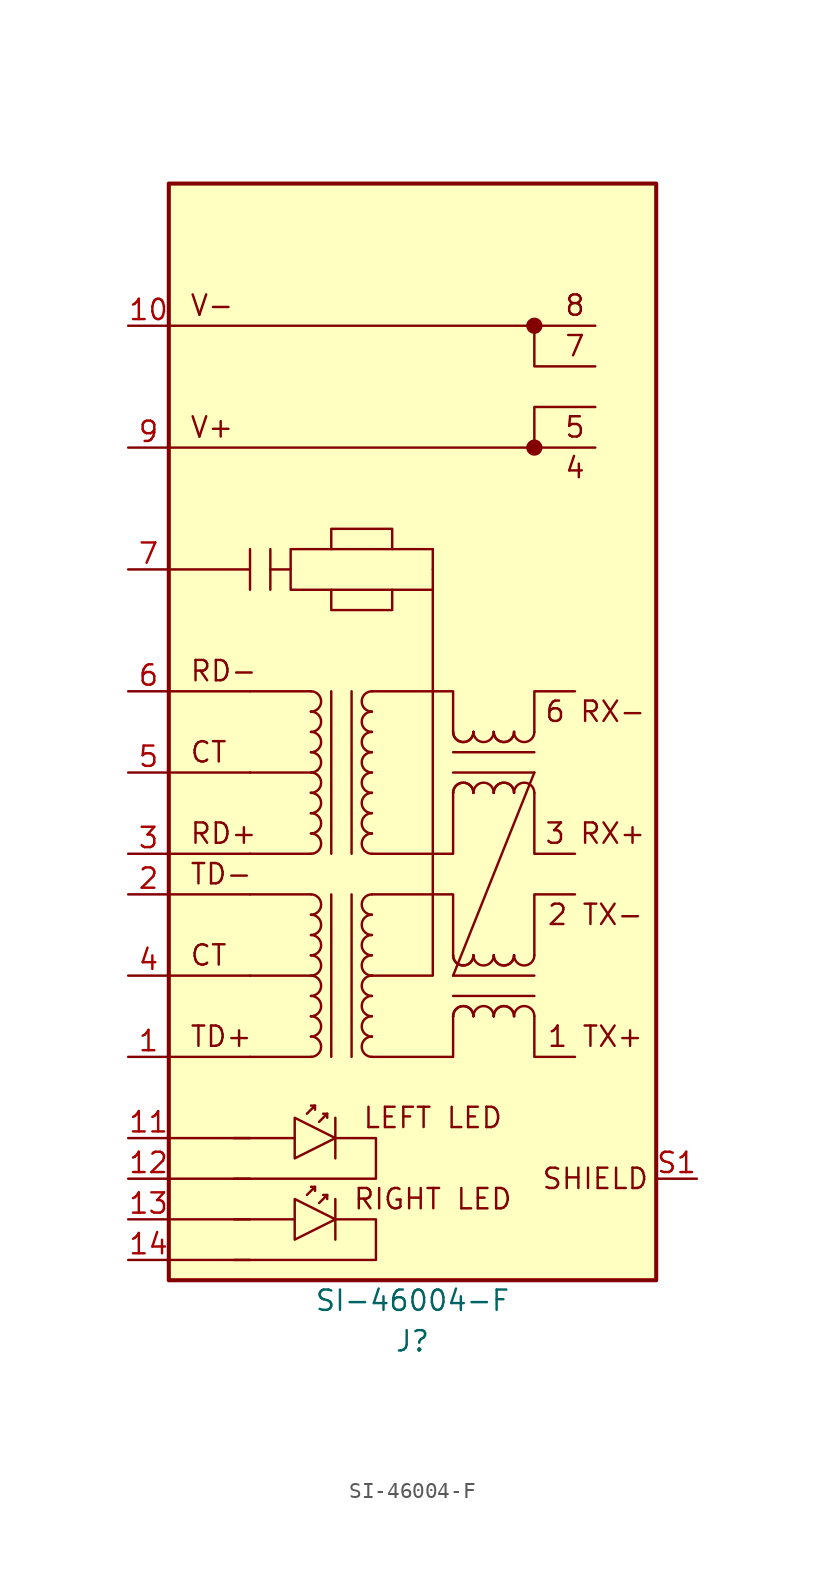
<source format=kicad_sym>
(kicad_symbol_lib
  (version 20211014)
  (generator kicad_symbol_editor)
  (symbol "SI-46004-F"
    (pin_names
      (offset 1.016) hide)
    (property "Reference" "J"
      (at 0 -38.1 0)
      (effects (font (size 1.27 1.27))))
    (property "Value" "SI-46004-F"
      (at 0 -35.56 0)
      (effects (font (size 1.27 1.27))))
    (symbol "SI-46004-F_0_0"
      (rectangle (start -15.24 -34.29) (end 15.24 34.29) (stroke (width 0.254) (type default) (color 0 0 0 0)) (fill (type background)))
      (rectangle (start -5.08 8.89) (end -1.27 7.62) (stroke (width 0) (type default) (color 0 0 0 0)) (fill (type none)))
      (polyline (pts (xy -15.24 -33.02) (xy -10.16 -33.02)) (stroke (width 0) (type default) (color 0 0 0 0)) (fill (type none)))
      (polyline (pts (xy -15.24 -30.48) (xy -10.16 -30.48)) (stroke (width 0) (type default) (color 0 0 0 0)) (fill (type none)))
      (polyline (pts (xy -15.24 -27.94) (xy -10.16 -27.94)) (stroke (width 0) (type default) (color 0 0 0 0)) (fill (type none)))
      (polyline (pts (xy -15.24 -25.4) (xy -10.16 -25.4)) (stroke (width 0) (type default) (color 0 0 0 0)) (fill (type none)))
      (polyline (pts (xy -15.24 -20.32) (xy -10.16 -20.32)) (stroke (width 0) (type default) (color 0 0 0 0)) (fill (type none)))
      (polyline (pts (xy -15.24 -15.24) (xy -10.16 -15.24)) (stroke (width 0) (type default) (color 0 0 0 0)) (fill (type none)))
      (polyline (pts (xy -15.24 -10.16) (xy -10.16 -10.16)) (stroke (width 0) (type default) (color 0 0 0 0)) (fill (type none)))
      (polyline (pts (xy -15.24 -7.62) (xy -10.16 -7.62)) (stroke (width 0) (type default) (color 0 0 0 0)) (fill (type none)))
      (polyline (pts (xy -15.24 -2.54) (xy -10.16 -2.54)) (stroke (width 0) (type default) (color 0 0 0 0)) (fill (type none)))
      (polyline (pts (xy -15.24 2.54) (xy -10.16 2.54)) (stroke (width 0) (type default) (color 0 0 0 0)) (fill (type none)))
      (polyline (pts (xy -15.24 17.78) (xy 11.43 17.78)) (stroke (width 0) (type default) (color 0 0 0 0)) (fill (type none)))
      (polyline (pts (xy -15.24 25.4) (xy 11.43 25.4)) (stroke (width 0) (type default) (color 0 0 0 0)) (fill (type none)))
      (polyline (pts (xy -11.176 -25.4) (xy -7.366 -25.4)) (stroke (width 0) (type default) (color 0 0 0 0)) (fill (type none)))
      (polyline (pts (xy 1.27 10.16) (xy 1.27 11.43)) (stroke (width 0) (type default) (color 0 0 0 0)) (fill (type none)))
      (polyline (pts (xy 7.62 17.78) (xy 7.62 20.32) (xy 11.43 20.32)) (stroke (width 0) (type default) (color 0 0 0 0)) (fill (type none)))
      (polyline (pts (xy 7.62 25.4) (xy 7.62 22.86) (xy 11.43 22.86)) (stroke (width 0) (type default) (color 0 0 0 0)) (fill (type none)))
      (polyline (pts (xy -4.826 -25.4) (xy -2.286 -25.4) (xy -2.286 -27.94) (xy -11.176 -27.94)) (stroke (width 0) (type default) (color 0 0 0 0)) (fill (type none)))
      (polyline (pts (xy -2.54 -15.24) (xy -1.27 -15.24) (xy 1.27 -15.24) (xy 1.27 10.16)) (stroke (width 0) (type default) (color 0 0 0 0)) (fill (type none)))
      (text "1 TX+" (at 11.43 -19.05 0) (effects (font (size 1.27 1.27))))
      (text "2 TX-" (at 11.43 -11.43 0) (effects (font (size 1.27 1.27))))
      (text "3 RX+" (at 11.43 -6.35 0) (effects (font (size 1.27 1.27))))
      (text "4" (at 10.16 16.51 0) (effects (font (size 1.27 1.27))))
      (text "5" (at 10.16 19.05 0) (effects (font (size 1.27 1.27))))
      (text "6 RX-" (at 11.43 1.27 0) (effects (font (size 1.27 1.27))))
      (text "7" (at 10.16 24.13 0) (effects (font (size 1.27 1.27))))
      (text "8" (at 10.16 26.67 0) (effects (font (size 1.27 1.27))))
      (text "CT" (at -13.97 -1.27 0) (effects (font (size 1.27 1.27)) (justify left)))
      (text "LEFT LED" (at 1.27 -24.13 0) (effects (font (size 1.27 1.27))))
      (text "RD-" (at -13.97 3.81 0) (effects (font (size 1.27 1.27)) (justify left)))
      (text "SHIELD" (at 11.43 -27.94 0) (effects (font (size 1.27 1.27))))
      (text "V+" (at -13.97 19.05 0) (effects (font (size 1.27 1.27)) (justify left)))
      (text "V-" (at -13.97 26.67 0) (effects (font (size 1.27 1.27)) (justify left))))
    (symbol "SI-46004-F_0_1"
      (arc (start -6.35 -16.51) (mid -5.715 -15.875) (end -6.35 -15.24) (stroke (width 0) (type default) (color 0 0 0 0)) (fill (type none)))
      (arc (start -6.35 -15.24) (mid -5.715 -14.605) (end -6.35 -13.97) (stroke (width 0) (type default) (color 0 0 0 0)) (fill (type none)))
      (arc (start -6.35 -13.97) (mid -6.35 -16.51) (end -6.35 -13.97) (stroke (width 0) (type default) (color 0 0 0 0)) (fill (type none)))
      (arc (start -6.35 -11.43) (mid -5.715 -10.795) (end -6.35 -10.16) (stroke (width 0) (type default) (color 0 0 0 0)) (fill (type none)))
      (polyline (pts (xy -8.89 11.43) (xy -8.89 8.89)) (stroke (width 0) (type default) (color 0 0 0 0)) (fill (type none)))
      (polyline (pts (xy -6.35 -20.32) (xy -10.16 -20.32)) (stroke (width 0) (type default) (color 0 0 0 0)) (fill (type none)))
      (polyline (pts (xy -6.35 -15.24) (xy -10.16 -15.24)) (stroke (width 0) (type default) (color 0 0 0 0)) (fill (type none)))
      (polyline (pts (xy -6.35 -10.16) (xy -10.16 -10.16)) (stroke (width 0) (type default) (color 0 0 0 0)) (fill (type none)))
      (polyline (pts (xy -6.35 -7.62) (xy -10.16 -7.62)) (stroke (width 0) (type default) (color 0 0 0 0)) (fill (type none)))
      (polyline (pts (xy -6.35 -2.54) (xy -10.16 -2.54)) (stroke (width 0) (type default) (color 0 0 0 0)) (fill (type none)))
      (polyline (pts (xy -6.35 2.54) (xy -10.16 2.54)) (stroke (width 0) (type default) (color 0 0 0 0)) (fill (type none)))
      (polyline (pts (xy -6.096 -28.448) (xy -6.35 -28.448)) (stroke (width 0) (type default) (color 0 0 0 0)) (fill (type none)))
      (polyline (pts (xy -5.334 -28.956) (xy -5.588 -28.956)) (stroke (width 0) (type default) (color 0 0 0 0)) (fill (type none)))
      (polyline (pts (xy -4.826 -24.13) (xy -4.826 -26.67)) (stroke (width 0) (type default) (color 0 0 0 0)) (fill (type none)))
      (polyline (pts (xy -1.27 8.89) (xy 1.27 8.89)) (stroke (width 0) (type default) (color 0 0 0 0)) (fill (type none)))
      (polyline (pts (xy -1.27 11.43) (xy 1.27 11.43)) (stroke (width 0) (type default) (color 0 0 0 0)) (fill (type none)))
      (polyline (pts (xy -7.62 10.16) (xy -7.62 8.89) (xy -5.08 8.89)) (stroke (width 0) (type default) (color 0 0 0 0)) (fill (type none)))
      (polyline (pts (xy -6.604 -28.956) (xy -6.096 -28.448) (xy -6.096 -28.702)) (stroke (width 0) (type default) (color 0 0 0 0)) (fill (type none)))
      (polyline (pts (xy -5.842 -29.464) (xy -5.334 -28.956) (xy -5.334 -29.21)) (stroke (width 0) (type default) (color 0 0 0 0)) (fill (type none)))
      (polyline (pts (xy -15.24 10.16) (xy -10.16 10.16) (xy -10.16 11.43) (xy -10.16 8.89)) (stroke (width 0) (type default) (color 0 0 0 0)) (fill (type none)))
      (polyline (pts (xy -7.366 -24.13) (xy -7.366 -26.67) (xy -4.826 -25.4) (xy -7.366 -24.13)) (stroke (width 0) (type default) (color 0 0 0 0)) (fill (type none)))
      (polyline (pts (xy -5.08 11.43) (xy -7.62 11.43) (xy -7.62 10.16) (xy -8.89 10.16)) (stroke (width 0) (type default) (color 0 0 0 0)) (fill (type none))))
    (symbol "SI-46004-F_1_1"
      (arc (start -6.35 -20.32) (mid -5.715 -19.685) (end -6.35 -19.05) (stroke (width 0) (type default) (color 0 0 0 0)) (fill (type none)))
      (arc (start -6.35 -19.05) (mid -5.715 -18.415) (end -6.35 -17.78) (stroke (width 0) (type default) (color 0 0 0 0)) (fill (type none)))
      (arc (start -6.35 -17.78) (mid -6.35 -20.32) (end -6.35 -17.78) (stroke (width 0) (type default) (color 0 0 0 0)) (fill (type none)))
      (arc (start -6.35 -17.78) (mid -5.715 -17.145) (end -6.35 -16.51) (stroke (width 0) (type default) (color 0 0 0 0)) (fill (type none)))
      (arc (start -6.35 -13.97) (mid -5.715 -13.335) (end -6.35 -12.7) (stroke (width 0) (type default) (color 0 0 0 0)) (fill (type none)))
      (arc (start -6.35 -12.7) (mid -5.715 -12.065) (end -6.35 -11.43) (stroke (width 0) (type default) (color 0 0 0 0)) (fill (type none)))
      (arc (start -6.35 -7.62) (mid -5.715 -6.985) (end -6.35 -6.35) (stroke (width 0) (type default) (color 0 0 0 0)) (fill (type none)))
      (arc (start -6.35 -6.35) (mid -5.715 -5.715) (end -6.35 -5.08) (stroke (width 0) (type default) (color 0 0 0 0)) (fill (type none)))
      (arc (start -6.35 -5.08) (mid -6.35 -7.62) (end -6.35 -5.08) (stroke (width 0) (type default) (color 0 0 0 0)) (fill (type none)))
      (arc (start -6.35 -5.08) (mid -5.715 -4.445) (end -6.35 -3.81) (stroke (width 0) (type default) (color 0 0 0 0)) (fill (type none)))
      (arc (start -6.35 -3.81) (mid -6.35 -6.35) (end -6.35 -3.81) (stroke (width 0) (type default) (color 0 0 0 0)) (fill (type none)))
      (arc (start -6.35 -3.81) (mid -5.715 -3.175) (end -6.35 -2.54) (stroke (width 0) (type default) (color 0 0 0 0)) (fill (type none)))
      (arc (start -6.35 -2.54) (mid -5.715 -1.905) (end -6.35 -1.27) (stroke (width 0) (type default) (color 0 0 0 0)) (fill (type none)))
      (arc (start -6.35 -1.27) (mid -5.715 -0.635) (end -6.35 0) (stroke (width 0) (type default) (color 0 0 0 0)) (fill (type none)))
      (arc (start -6.35 0) (mid -5.715 0.635) (end -6.35 1.27) (stroke (width 0) (type default) (color 0 0 0 0)) (fill (type none)))
      (arc (start -6.35 1.27) (mid -6.35 -1.27) (end -6.35 1.27) (stroke (width 0) (type default) (color 0 0 0 0)) (fill (type none)))
      (arc (start -6.35 1.27) (mid -5.715 1.905) (end -6.35 2.54) (stroke (width 0) (type default) (color 0 0 0 0)) (fill (type none)))
      (rectangle (start -5.08 12.7) (end -1.27 11.43) (stroke (width 0) (type default) (color 0 0 0 0)) (fill (type none)))
      (arc (start -2.54 -19.05) (mid -3.175 -19.685) (end -2.54 -20.32) (stroke (width 0) (type default) (color 0 0 0 0)) (fill (type none)))
      (arc (start -2.54 -19.05) (mid -2.54 -16.51) (end -2.54 -19.05) (stroke (width 0) (type default) (color 0 0 0 0)) (fill (type none)))
      (arc (start -2.54 -17.78) (mid -3.175 -18.415) (end -2.54 -19.05) (stroke (width 0) (type default) (color 0 0 0 0)) (fill (type none)))
      (arc (start -2.54 -16.51) (mid -3.175 -17.145) (end -2.54 -17.78) (stroke (width 0) (type default) (color 0 0 0 0)) (fill (type none)))
      (arc (start -2.54 -15.24) (mid -3.175 -15.875) (end -2.54 -16.51) (stroke (width 0) (type default) (color 0 0 0 0)) (fill (type none)))
      (arc (start -2.54 -15.24) (mid -2.54 -12.7) (end -2.54 -15.24) (stroke (width 0) (type default) (color 0 0 0 0)) (fill (type none)))
      (arc (start -2.54 -13.97) (mid -3.175 -14.605) (end -2.54 -15.24) (stroke (width 0) (type default) (color 0 0 0 0)) (fill (type none)))
      (arc (start -2.54 -12.7) (mid -3.175 -13.335) (end -2.54 -13.97) (stroke (width 0) (type default) (color 0 0 0 0)) (fill (type none)))
      (arc (start -2.54 -11.43) (mid -3.175 -12.065) (end -2.54 -12.7) (stroke (width 0) (type default) (color 0 0 0 0)) (fill (type none)))
      (arc (start -2.54 -10.16) (mid -3.175 -10.795) (end -2.54 -11.43) (stroke (width 0) (type default) (color 0 0 0 0)) (fill (type none)))
      (arc (start -2.54 -6.35) (mid -3.175 -6.985) (end -2.54 -7.62) (stroke (width 0) (type default) (color 0 0 0 0)) (fill (type none)))
      (arc (start -2.54 -6.35) (mid -2.54 -3.81) (end -2.54 -6.35) (stroke (width 0) (type default) (color 0 0 0 0)) (fill (type none)))
      (arc (start -2.54 -5.08) (mid -3.175 -5.715) (end -2.54 -6.35) (stroke (width 0) (type default) (color 0 0 0 0)) (fill (type none)))
      (arc (start -2.54 -3.81) (mid -3.175 -4.445) (end -2.54 -5.08) (stroke (width 0) (type default) (color 0 0 0 0)) (fill (type none)))
      (arc (start -2.54 -3.81) (mid -2.54 -1.27) (end -2.54 -3.81) (stroke (width 0) (type default) (color 0 0 0 0)) (fill (type none)))
      (arc (start -2.54 -2.54) (mid -3.175 -3.175) (end -2.54 -3.81) (stroke (width 0) (type default) (color 0 0 0 0)) (fill (type none)))
      (arc (start -2.54 -1.27) (mid -3.175 -1.905) (end -2.54 -2.54) (stroke (width 0) (type default) (color 0 0 0 0)) (fill (type none)))
      (arc (start -2.54 0) (mid -3.175 -0.635) (end -2.54 -1.27) (stroke (width 0) (type default) (color 0 0 0 0)) (fill (type none)))
      (arc (start -2.54 0) (mid -2.54 2.54) (end -2.54 0) (stroke (width 0) (type default) (color 0 0 0 0)) (fill (type none)))
      (arc (start -2.54 1.27) (mid -3.175 0.635) (end -2.54 0) (stroke (width 0) (type default) (color 0 0 0 0)) (fill (type none)))
      (arc (start -2.54 2.54) (mid -3.175 1.905) (end -2.54 1.27) (stroke (width 0) (type default) (color 0 0 0 0)) (fill (type none)))
      (polyline (pts (xy -11.176 -30.48) (xy -7.366 -30.48)) (stroke (width 0) (type default) (color 0 0 0 0)) (fill (type none)))
      (polyline (pts (xy -6.096 -23.368) (xy -6.35 -23.368)) (stroke (width 0) (type default) (color 0 0 0 0)) (fill (type none)))
      (polyline (pts (xy -5.334 -23.876) (xy -5.588 -23.876)) (stroke (width 0) (type default) (color 0 0 0 0)) (fill (type none)))
      (polyline (pts (xy -5.08 -10.16) (xy -5.08 -20.32)) (stroke (width 0) (type default) (color 0 0 0 0)) (fill (type none)))
      (polyline (pts (xy -5.08 2.54) (xy -5.08 -7.62)) (stroke (width 0) (type default) (color 0 0 0 0)) (fill (type none)))
      (polyline (pts (xy -4.826 -29.21) (xy -4.826 -31.75)) (stroke (width 0) (type default) (color 0 0 0 0)) (fill (type none)))
      (polyline (pts (xy -3.81 -20.32) (xy -3.81 -10.16)) (stroke (width 0) (type default) (color 0 0 0 0)) (fill (type none)))
      (polyline (pts (xy -3.81 -7.62) (xy -3.81 2.54)) (stroke (width 0) (type default) (color 0 0 0 0)) (fill (type none)))
      (polyline (pts (xy 2.54 -16.51) (xy 7.62 -16.51)) (stroke (width 0) (type default) (color 0 0 0 0)) (fill (type none)))
      (polyline (pts (xy 2.54 -15.24) (xy 7.62 -2.54)) (stroke (width 0) (type default) (color 0 0 0 0)) (fill (type none)))
      (polyline (pts (xy 2.54 -2.54) (xy 7.62 -2.54)) (stroke (width 0) (type default) (color 0 0 0 0)) (fill (type none)))
      (polyline (pts (xy 7.62 -15.24) (xy 2.54 -15.24)) (stroke (width 0) (type default) (color 0 0 0 0)) (fill (type none)))
      (polyline (pts (xy 7.62 -1.27) (xy 2.54 -1.27)) (stroke (width 0) (type default) (color 0 0 0 0)) (fill (type none)))
      (polyline (pts (xy -6.604 -23.876) (xy -6.096 -23.368) (xy -6.096 -23.622)) (stroke (width 0) (type default) (color 0 0 0 0)) (fill (type none)))
      (polyline (pts (xy -5.842 -24.384) (xy -5.334 -23.876) (xy -5.334 -24.13)) (stroke (width 0) (type default) (color 0 0 0 0)) (fill (type none)))
      (polyline (pts (xy -2.54 -10.16) (xy 2.54 -10.16) (xy 2.54 -13.97)) (stroke (width 0) (type default) (color 0 0 0 0)) (fill (type none)))
      (polyline (pts (xy -2.54 -7.62) (xy 2.54 -7.62) (xy 2.54 -3.81)) (stroke (width 0) (type default) (color 0 0 0 0)) (fill (type none)))
      (polyline (pts (xy -2.54 2.54) (xy 2.54 2.54) (xy 2.54 0)) (stroke (width 0) (type default) (color 0 0 0 0)) (fill (type none)))
      (polyline (pts (xy 2.54 -17.78) (xy 2.54 -20.32) (xy -2.54 -20.32)) (stroke (width 0) (type default) (color 0 0 0 0)) (fill (type none)))
      (polyline (pts (xy 7.62 -17.78) (xy 7.62 -20.32) (xy 10.16 -20.32)) (stroke (width 0) (type default) (color 0 0 0 0)) (fill (type none)))
      (polyline (pts (xy 7.62 -13.97) (xy 7.62 -10.16) (xy 10.16 -10.16)) (stroke (width 0) (type default) (color 0 0 0 0)) (fill (type none)))
      (polyline (pts (xy 7.62 -3.81) (xy 7.62 -7.62) (xy 10.16 -7.62)) (stroke (width 0) (type default) (color 0 0 0 0)) (fill (type none)))
      (polyline (pts (xy 7.62 0) (xy 7.62 2.54) (xy 10.16 2.54)) (stroke (width 0) (type default) (color 0 0 0 0)) (fill (type none)))
      (polyline (pts (xy -7.366 -29.21) (xy -7.366 -31.75) (xy -4.826 -30.48) (xy -7.366 -29.21)) (stroke (width 0) (type default) (color 0 0 0 0)) (fill (type none)))
      (polyline (pts (xy -4.826 -30.48) (xy -2.286 -30.48) (xy -2.286 -33.02) (xy -11.176 -33.02)) (stroke (width 0) (type default) (color 0 0 0 0)) (fill (type none)))
      (arc (start 2.54 -17.78) (mid 5.08 -17.78) (end 2.54 -17.78) (stroke (width 0) (type default) (color 0 0 0 0)) (fill (type none)))
      (arc (start 2.54 -13.97) (mid 3.175 -14.605) (end 3.81 -13.97) (stroke (width 0) (type default) (color 0 0 0 0)) (fill (type none)))
      (arc (start 2.54 -13.97) (mid 3.175 -14.605) (end 3.81 -13.97) (stroke (width 0) (type default) (color 0 0 0 0)) (fill (type none)))
      (arc (start 2.54 -3.81) (mid 5.08 -3.81) (end 2.54 -3.81) (stroke (width 0) (type default) (color 0 0 0 0)) (fill (type none)))
      (arc (start 2.54 0) (mid 3.175 -0.635) (end 3.81 0) (stroke (width 0) (type default) (color 0 0 0 0)) (fill (type none)))
      (arc (start 2.54 0) (mid 3.175 -0.635) (end 3.81 0) (stroke (width 0) (type default) (color 0 0 0 0)) (fill (type none)))
      (arc (start 3.81 -17.78) (mid 3.175 -17.145) (end 2.54 -17.78) (stroke (width 0) (type default) (color 0 0 0 0)) (fill (type none)))
      (arc (start 3.81 -17.78) (mid 3.175 -17.145) (end 2.54 -17.78) (stroke (width 0) (type default) (color 0 0 0 0)) (fill (type none)))
      (arc (start 3.81 -13.97) (mid 1.27 -13.97) (end 3.81 -13.97) (stroke (width 0) (type default) (color 0 0 0 0)) (fill (type none)))
      (arc (start 3.81 -13.97) (mid 4.445 -14.605) (end 5.08 -13.97) (stroke (width 0) (type default) (color 0 0 0 0)) (fill (type none)))
      (arc (start 3.81 -3.81) (mid 3.175 -3.175) (end 2.54 -3.81) (stroke (width 0) (type default) (color 0 0 0 0)) (fill (type none)))
      (arc (start 3.81 -3.81) (mid 3.175 -3.175) (end 2.54 -3.81) (stroke (width 0) (type default) (color 0 0 0 0)) (fill (type none)))
      (arc (start 3.81 0) (mid 1.27 0) (end 3.81 0) (stroke (width 0) (type default) (color 0 0 0 0)) (fill (type none)))
      (arc (start 3.81 0) (mid 4.445 -0.635) (end 5.08 0) (stroke (width 0) (type default) (color 0 0 0 0)) (fill (type none)))
      (arc (start 5.08 -17.78) (mid 4.445 -17.145) (end 3.81 -17.78) (stroke (width 0) (type default) (color 0 0 0 0)) (fill (type none)))
      (arc (start 5.08 -17.78) (mid 7.62 -17.78) (end 5.08 -17.78) (stroke (width 0) (type default) (color 0 0 0 0)) (fill (type none)))
      (arc (start 5.08 -13.97) (mid 5.715 -14.605) (end 6.35 -13.97) (stroke (width 0) (type default) (color 0 0 0 0)) (fill (type none)))
      (arc (start 5.08 -13.97) (mid 5.715 -14.605) (end 6.35 -13.97) (stroke (width 0) (type default) (color 0 0 0 0)) (fill (type none)))
      (arc (start 5.08 -3.81) (mid 4.445 -3.175) (end 3.81 -3.81) (stroke (width 0) (type default) (color 0 0 0 0)) (fill (type none)))
      (arc (start 5.08 -3.81) (mid 7.62 -3.81) (end 5.08 -3.81) (stroke (width 0) (type default) (color 0 0 0 0)) (fill (type none)))
      (arc (start 5.08 0) (mid 5.715 -0.635) (end 6.35 0) (stroke (width 0) (type default) (color 0 0 0 0)) (fill (type none)))
      (arc (start 5.08 0) (mid 5.715 -0.635) (end 6.35 0) (stroke (width 0) (type default) (color 0 0 0 0)) (fill (type none)))
      (arc (start 6.35 -17.78) (mid 5.715 -17.145) (end 5.08 -17.78) (stroke (width 0) (type default) (color 0 0 0 0)) (fill (type none)))
      (arc (start 6.35 -17.78) (mid 5.715 -17.145) (end 5.08 -17.78) (stroke (width 0) (type default) (color 0 0 0 0)) (fill (type none)))
      (arc (start 6.35 -13.97) (mid 3.81 -13.97) (end 6.35 -13.97) (stroke (width 0) (type default) (color 0 0 0 0)) (fill (type none)))
      (arc (start 6.35 -13.97) (mid 6.985 -14.605) (end 7.62 -13.97) (stroke (width 0) (type default) (color 0 0 0 0)) (fill (type none)))
      (arc (start 6.35 -3.81) (mid 5.715 -3.175) (end 5.08 -3.81) (stroke (width 0) (type default) (color 0 0 0 0)) (fill (type none)))
      (arc (start 6.35 -3.81) (mid 5.715 -3.175) (end 5.08 -3.81) (stroke (width 0) (type default) (color 0 0 0 0)) (fill (type none)))
      (arc (start 6.35 0) (mid 3.81 0) (end 6.35 0) (stroke (width 0) (type default) (color 0 0 0 0)) (fill (type none)))
      (arc (start 6.35 0) (mid 6.985 -0.635) (end 7.62 0) (stroke (width 0) (type default) (color 0 0 0 0)) (fill (type none)))
      (arc (start 7.62 -17.78) (mid 6.985 -17.145) (end 6.35 -17.78) (stroke (width 0) (type default) (color 0 0 0 0)) (fill (type none)))
      (arc (start 7.62 -3.81) (mid 6.985 -3.175) (end 6.35 -3.81) (stroke (width 0) (type default) (color 0 0 0 0)) (fill (type none)))
      (circle (center 7.62 17.78) (radius 0.0001) (stroke (width 0.508) (type default) (color 0 0 0 0)) (fill (type none)))
      (circle (center 7.62 25.4) (radius 0.0001) (stroke (width 0.508) (type default) (color 0 0 0 0)) (fill (type none)))
      (text "CT" (at -13.97 -13.97 0) (effects (font (size 1.27 1.27)) (justify left)))
      (text "RD+" (at -13.97 -6.35 0) (effects (font (size 1.27 1.27)) (justify left)))
      (text "RIGHT LED" (at 1.27 -29.21 0) (effects (font (size 1.27 1.27))))
      (text "TD+" (at -13.97 -19.05 0) (effects (font (size 1.27 1.27)) (justify left)))
      (text "TD-" (at -13.97 -8.89 0) (effects (font (size 1.27 1.27)) (justify left)))
      (pin passive line (at -17.78 -20.32 0) (length 2.54) (name "TD+" (effects (font (size 1.27 1.27)))) (number "1" (effects (font (size 1.27 1.27)))))
      (pin power_out line (at -17.78 25.4 0) (length 2.54) (name "V-" (effects (font (size 1.27 1.27)))) (number "10" (effects (font (size 1.27 1.27)))))
      (pin passive line (at -17.78 -25.4 0) (length 2.54) (name "LLED+" (effects (font (size 1.27 1.27)))) (number "11" (effects (font (size 1.27 1.27)))))
      (pin passive line (at -17.78 -27.94 0) (length 2.54) (name "LLED-" (effects (font (size 1.27 1.27)))) (number "12" (effects (font (size 1.27 1.27)))))
      (pin passive line (at -17.78 -30.48 0) (length 2.54) (name "RLED+" (effects (font (size 1.27 1.27)))) (number "13" (effects (font (size 1.27 1.27)))))
      (pin passive line (at -17.78 -33.02 0) (length 2.54) (name "RLED-" (effects (font (size 1.27 1.27)))) (number "14" (effects (font (size 1.27 1.27)))))
      (pin passive line (at -17.78 -10.16 0) (length 2.54) (name "TD-" (effects (font (size 1.27 1.27)))) (number "2" (effects (font (size 1.27 1.27)))))
      (pin passive line (at -17.78 -7.62 0) (length 2.54) (name "RD+" (effects (font (size 1.27 1.27)))) (number "3" (effects (font (size 1.27 1.27)))))
      (pin passive line (at -17.78 -15.24 0) (length 2.54) (name "CT" (effects (font (size 1.27 1.27)))) (number "4" (effects (font (size 1.27 1.27)))))
      (pin passive line (at -17.78 -2.54 0) (length 2.54) (name "CT" (effects (font (size 1.27 1.27)))) (number "5" (effects (font (size 1.27 1.27)))))
      (pin passive line (at -17.78 2.54 0) (length 2.54) (name "RD-" (effects (font (size 1.27 1.27)))) (number "6" (effects (font (size 1.27 1.27)))))
      (pin passive line (at -17.78 10.16 0) (length 2.54) (name "7" (effects (font (size 1.27 1.27)))) (number "7" (effects (font (size 1.27 1.27)))))
      (pin power_out line (at -17.78 17.78 0) (length 2.54) (name "V+" (effects (font (size 1.27 1.27)))) (number "9" (effects (font (size 1.27 1.27)))))
      (pin passive line (at 17.78 -27.94 180) (length 2.54) (name "SHIELD" (effects (font (size 1.27 1.27)))) (number "S1" (effects (font (size 1.27 1.27)))))
      (pin passive line (at 17.78 -27.94 180) (length 2.54) hide (name "SHIELD" (effects (font (size 1.27 1.27)))) (number "S2" (effects (font (size 1.27 1.27))))))))
</source>
